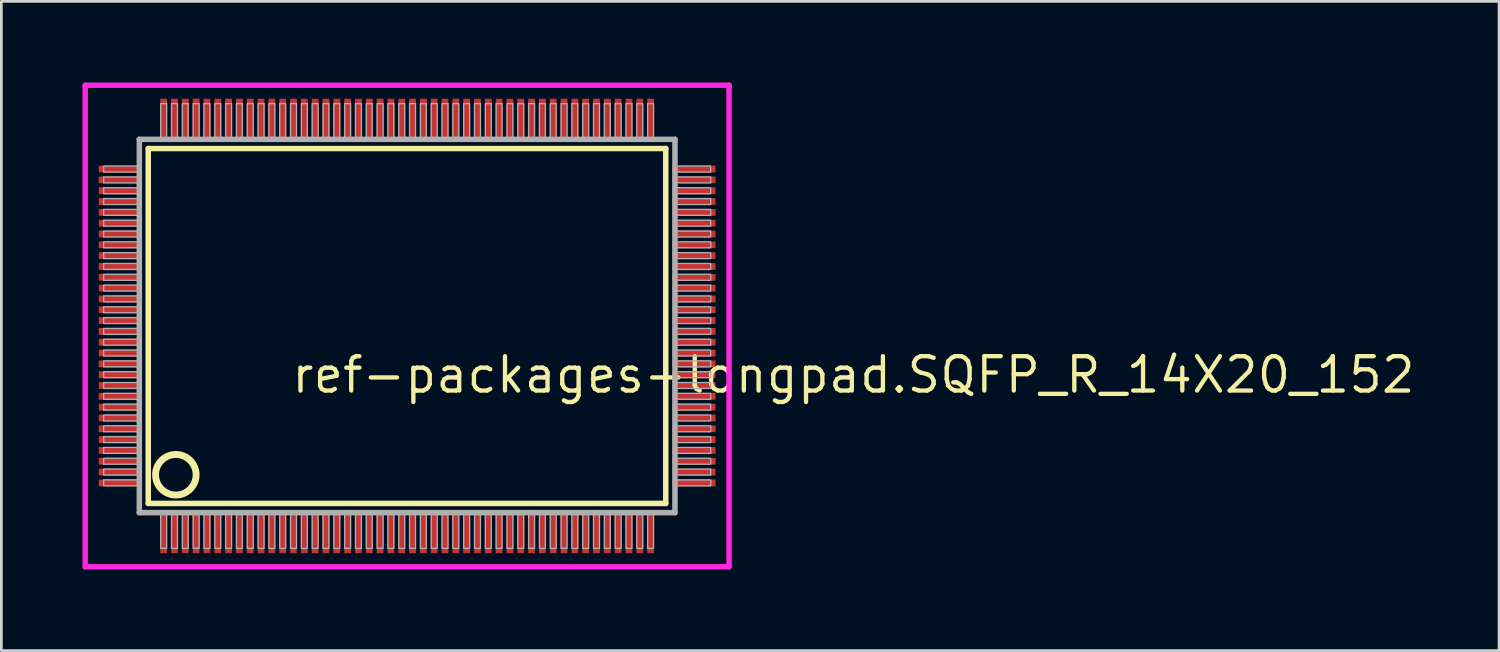
<source format=kicad_pcb>
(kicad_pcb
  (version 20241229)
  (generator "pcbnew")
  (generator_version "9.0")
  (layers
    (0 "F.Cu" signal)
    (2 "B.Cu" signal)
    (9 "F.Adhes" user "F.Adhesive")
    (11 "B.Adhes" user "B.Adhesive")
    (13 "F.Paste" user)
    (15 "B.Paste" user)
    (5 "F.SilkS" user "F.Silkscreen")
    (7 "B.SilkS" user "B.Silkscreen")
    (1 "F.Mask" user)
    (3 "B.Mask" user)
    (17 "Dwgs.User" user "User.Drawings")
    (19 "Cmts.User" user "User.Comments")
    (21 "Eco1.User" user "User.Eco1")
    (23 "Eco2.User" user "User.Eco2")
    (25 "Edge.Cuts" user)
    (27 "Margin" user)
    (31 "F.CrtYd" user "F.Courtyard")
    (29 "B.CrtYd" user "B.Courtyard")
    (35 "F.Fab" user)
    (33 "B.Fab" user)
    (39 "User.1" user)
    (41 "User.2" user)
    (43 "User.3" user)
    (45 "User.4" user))
  (footprint "ref-packages-longpad.SQFP_R_14X20_152"
    (layer "F.Cu")
    (at 12 9)
    (property "Reference" "ref-packages-longpad.SQFP_R_14X20_152" (at -4.35 2.55 0) (layer "F.SilkS") (effects (font (size 1.27 1.27) (thickness 0.16)) (justify left bottom)))
    (attr smd)
    (fp_line (start -9.57 -6.56) (end 9.56 -6.56) (stroke (width 0.203) (type default)) (layer "F.SilkS"))
    (fp_line (start -9.57 6.56) (end -9.57 -6.56) (stroke (width 0.203) (type default)) (layer "F.SilkS"))
    (fp_line (start 9.56 -6.56) (end 9.56 6.56) (stroke (width 0.203) (type default)) (layer "F.SilkS"))
    (fp_line (start 9.56 6.56) (end -9.57 6.56) (stroke (width 0.203) (type default)) (layer "F.SilkS"))
    (fp_circle (center -8.55 5.5) (end -7.8 5.5) (stroke (width 0.254) (type default)) (fill no) (layer "F.SilkS"))
    (fp_line (start -11.9 -8.9) (end 11.9 -8.9) (stroke (width 0.2) (type default)) (layer "F.CrtYd"))
    (fp_line (start -11.9 8.9) (end -11.9 -8.9) (stroke (width 0.2) (type default)) (layer "F.CrtYd"))
    (fp_line (start 11.9 -8.9) (end 11.9 8.9) (stroke (width 0.2) (type default)) (layer "F.CrtYd"))
    (fp_line (start 11.9 8.9) (end -11.9 8.9) (stroke (width 0.2) (type default)) (layer "F.CrtYd"))
    (fp_line (start -9.9 -6.9) (end -9.9 6.9) (stroke (width 0.203) (type default)) (layer "F.Fab"))
    (fp_line (start -9.9 6.9) (end 9.9 6.9) (stroke (width 0.203) (type default)) (layer "F.Fab"))
    (fp_line (start 9.9 -6.9) (end -9.9 -6.9) (stroke (width 0.203) (type default)) (layer "F.Fab"))
    (fp_line (start 9.9 6.9) (end 9.9 -6.9) (stroke (width 0.203) (type default)) (layer "F.Fab"))
    (fp_rect (start -11.22 -5.69) (end -9.95 -5.91) (stroke (width 0.05) (type default)) (fill no) (layer "F.Fab"))
    (fp_rect (start -11.22 -5.29) (end -9.95 -5.51) (stroke (width 0.05) (type default)) (fill no) (layer "F.Fab"))
    (fp_rect (start -11.22 -4.89) (end -9.95 -5.11) (stroke (width 0.05) (type default)) (fill no) (layer "F.Fab"))
    (fp_rect (start -11.22 -4.49) (end -9.95 -4.71) (stroke (width 0.05) (type default)) (fill no) (layer "F.Fab"))
    (fp_rect (start -11.22 -4.09) (end -9.95 -4.31) (stroke (width 0.05) (type default)) (fill no) (layer "F.Fab"))
    (fp_rect (start -11.22 -3.69) (end -9.95 -3.91) (stroke (width 0.05) (type default)) (fill no) (layer "F.Fab"))
    (fp_rect (start -11.22 -3.29) (end -9.95 -3.51) (stroke (width 0.05) (type default)) (fill no) (layer "F.Fab"))
    (fp_rect (start -11.22 -2.89) (end -9.95 -3.11) (stroke (width 0.05) (type default)) (fill no) (layer "F.Fab"))
    (fp_rect (start -11.22 -2.49) (end -9.95 -2.71) (stroke (width 0.05) (type default)) (fill no) (layer "F.Fab"))
    (fp_rect (start -11.22 -2.09) (end -9.95 -2.31) (stroke (width 0.05) (type default)) (fill no) (layer "F.Fab"))
    (fp_rect (start -11.22 -1.69) (end -9.95 -1.91) (stroke (width 0.05) (type default)) (fill no) (layer "F.Fab"))
    (fp_rect (start -11.22 -1.29) (end -9.95 -1.51) (stroke (width 0.05) (type default)) (fill no) (layer "F.Fab"))
    (fp_rect (start -11.22 -0.89) (end -9.95 -1.11) (stroke (width 0.05) (type default)) (fill no) (layer "F.Fab"))
    (fp_rect (start -11.22 -0.49) (end -9.95 -0.71) (stroke (width 0.05) (type default)) (fill no) (layer "F.Fab"))
    (fp_rect (start -11.22 -0.09) (end -9.95 -0.31) (stroke (width 0.05) (type default)) (fill no) (layer "F.Fab"))
    (fp_rect (start -11.22 0.31) (end -9.95 0.09) (stroke (width 0.05) (type default)) (fill no) (layer "F.Fab"))
    (fp_rect (start -11.22 0.71) (end -9.95 0.49) (stroke (width 0.05) (type default)) (fill no) (layer "F.Fab"))
    (fp_rect (start -11.22 1.11) (end -9.95 0.89) (stroke (width 0.05) (type default)) (fill no) (layer "F.Fab"))
    (fp_rect (start -11.22 1.51) (end -9.95 1.29) (stroke (width 0.05) (type default)) (fill no) (layer "F.Fab"))
    (fp_rect (start -11.22 1.91) (end -9.95 1.69) (stroke (width 0.05) (type default)) (fill no) (layer "F.Fab"))
    (fp_rect (start -11.22 2.31) (end -9.95 2.09) (stroke (width 0.05) (type default)) (fill no) (layer "F.Fab"))
    (fp_rect (start -11.22 2.71) (end -9.95 2.49) (stroke (width 0.05) (type default)) (fill no) (layer "F.Fab"))
    (fp_rect (start -11.22 3.11) (end -9.95 2.89) (stroke (width 0.05) (type default)) (fill no) (layer "F.Fab"))
    (fp_rect (start -11.22 3.51) (end -9.95 3.29) (stroke (width 0.05) (type default)) (fill no) (layer "F.Fab"))
    (fp_rect (start -11.22 3.91) (end -9.95 3.69) (stroke (width 0.05) (type default)) (fill no) (layer "F.Fab"))
    (fp_rect (start -11.22 4.31) (end -9.95 4.09) (stroke (width 0.05) (type default)) (fill no) (layer "F.Fab"))
    (fp_rect (start -11.22 4.71) (end -9.95 4.49) (stroke (width 0.05) (type default)) (fill no) (layer "F.Fab"))
    (fp_rect (start -11.22 5.11) (end -9.95 4.89) (stroke (width 0.05) (type default)) (fill no) (layer "F.Fab"))
    (fp_rect (start -11.22 5.51) (end -9.95 5.29) (stroke (width 0.05) (type default)) (fill no) (layer "F.Fab"))
    (fp_rect (start -11.22 5.91) (end -9.95 5.69) (stroke (width 0.05) (type default)) (fill no) (layer "F.Fab"))
    (fp_rect (start -9.11 -6.95) (end -8.89 -8.22) (stroke (width 0.05) (type default)) (fill no) (layer "F.Fab"))
    (fp_rect (start -9.11 8.22) (end -8.89 6.95) (stroke (width 0.05) (type default)) (fill no) (layer "F.Fab"))
    (fp_rect (start -8.71 -6.95) (end -8.49 -8.22) (stroke (width 0.05) (type default)) (fill no) (layer "F.Fab"))
    (fp_rect (start -8.71 8.22) (end -8.49 6.95) (stroke (width 0.05) (type default)) (fill no) (layer "F.Fab"))
    (fp_rect (start -8.31 -6.95) (end -8.09 -8.22) (stroke (width 0.05) (type default)) (fill no) (layer "F.Fab"))
    (fp_rect (start -8.31 8.22) (end -8.09 6.95) (stroke (width 0.05) (type default)) (fill no) (layer "F.Fab"))
    (fp_rect (start -7.91 -6.95) (end -7.69 -8.22) (stroke (width 0.05) (type default)) (fill no) (layer "F.Fab"))
    (fp_rect (start -7.91 8.22) (end -7.69 6.95) (stroke (width 0.05) (type default)) (fill no) (layer "F.Fab"))
    (fp_rect (start -7.51 -6.95) (end -7.29 -8.22) (stroke (width 0.05) (type default)) (fill no) (layer "F.Fab"))
    (fp_rect (start -7.51 8.22) (end -7.29 6.95) (stroke (width 0.05) (type default)) (fill no) (layer "F.Fab"))
    (fp_rect (start -7.11 -6.95) (end -6.89 -8.22) (stroke (width 0.05) (type default)) (fill no) (layer "F.Fab"))
    (fp_rect (start -7.11 8.22) (end -6.89 6.95) (stroke (width 0.05) (type default)) (fill no) (layer "F.Fab"))
    (fp_rect (start -6.71 -6.95) (end -6.49 -8.22) (stroke (width 0.05) (type default)) (fill no) (layer "F.Fab"))
    (fp_rect (start -6.71 8.22) (end -6.49 6.95) (stroke (width 0.05) (type default)) (fill no) (layer "F.Fab"))
    (fp_rect (start -6.31 -6.95) (end -6.09 -8.22) (stroke (width 0.05) (type default)) (fill no) (layer "F.Fab"))
    (fp_rect (start -6.31 8.22) (end -6.09 6.95) (stroke (width 0.05) (type default)) (fill no) (layer "F.Fab"))
    (fp_rect (start -5.91 -6.95) (end -5.69 -8.22) (stroke (width 0.05) (type default)) (fill no) (layer "F.Fab"))
    (fp_rect (start -5.91 8.22) (end -5.69 6.95) (stroke (width 0.05) (type default)) (fill no) (layer "F.Fab"))
    (fp_rect (start -5.51 -6.95) (end -5.29 -8.22) (stroke (width 0.05) (type default)) (fill no) (layer "F.Fab"))
    (fp_rect (start -5.51 8.22) (end -5.29 6.95) (stroke (width 0.05) (type default)) (fill no) (layer "F.Fab"))
    (fp_rect (start -5.11 -6.95) (end -4.89 -8.22) (stroke (width 0.05) (type default)) (fill no) (layer "F.Fab"))
    (fp_rect (start -5.11 8.22) (end -4.89 6.95) (stroke (width 0.05) (type default)) (fill no) (layer "F.Fab"))
    (fp_rect (start -4.71 -6.95) (end -4.49 -8.22) (stroke (width 0.05) (type default)) (fill no) (layer "F.Fab"))
    (fp_rect (start -4.71 8.22) (end -4.49 6.95) (stroke (width 0.05) (type default)) (fill no) (layer "F.Fab"))
    (fp_rect (start -4.31 -6.95) (end -4.09 -8.22) (stroke (width 0.05) (type default)) (fill no) (layer "F.Fab"))
    (fp_rect (start -4.31 8.22) (end -4.09 6.95) (stroke (width 0.05) (type default)) (fill no) (layer "F.Fab"))
    (fp_rect (start -3.91 -6.95) (end -3.69 -8.22) (stroke (width 0.05) (type default)) (fill no) (layer "F.Fab"))
    (fp_rect (start -3.91 8.22) (end -3.69 6.95) (stroke (width 0.05) (type default)) (fill no) (layer "F.Fab"))
    (fp_rect (start -3.51 -6.95) (end -3.29 -8.22) (stroke (width 0.05) (type default)) (fill no) (layer "F.Fab"))
    (fp_rect (start -3.51 8.22) (end -3.29 6.95) (stroke (width 0.05) (type default)) (fill no) (layer "F.Fab"))
    (fp_rect (start -3.11 -6.95) (end -2.89 -8.22) (stroke (width 0.05) (type default)) (fill no) (layer "F.Fab"))
    (fp_rect (start -3.11 8.22) (end -2.89 6.95) (stroke (width 0.05) (type default)) (fill no) (layer "F.Fab"))
    (fp_rect (start -2.71 -6.95) (end -2.49 -8.22) (stroke (width 0.05) (type default)) (fill no) (layer "F.Fab"))
    (fp_rect (start -2.71 8.22) (end -2.49 6.95) (stroke (width 0.05) (type default)) (fill no) (layer "F.Fab"))
    (fp_rect (start -2.31 -6.95) (end -2.09 -8.22) (stroke (width 0.05) (type default)) (fill no) (layer "F.Fab"))
    (fp_rect (start -2.31 8.22) (end -2.09 6.95) (stroke (width 0.05) (type default)) (fill no) (layer "F.Fab"))
    (fp_rect (start -1.91 -6.95) (end -1.69 -8.22) (stroke (width 0.05) (type default)) (fill no) (layer "F.Fab"))
    (fp_rect (start -1.91 8.22) (end -1.69 6.95) (stroke (width 0.05) (type default)) (fill no) (layer "F.Fab"))
    (fp_rect (start -1.51 -6.95) (end -1.29 -8.22) (stroke (width 0.05) (type default)) (fill no) (layer "F.Fab"))
    (fp_rect (start -1.51 8.22) (end -1.29 6.95) (stroke (width 0.05) (type default)) (fill no) (layer "F.Fab"))
    (fp_rect (start -1.11 -6.95) (end -0.89 -8.22) (stroke (width 0.05) (type default)) (fill no) (layer "F.Fab"))
    (fp_rect (start -1.11 8.22) (end -0.89 6.95) (stroke (width 0.05) (type default)) (fill no) (layer "F.Fab"))
    (fp_rect (start -0.71 -6.95) (end -0.49 -8.22) (stroke (width 0.05) (type default)) (fill no) (layer "F.Fab"))
    (fp_rect (start -0.71 8.22) (end -0.49 6.95) (stroke (width 0.05) (type default)) (fill no) (layer "F.Fab"))
    (fp_rect (start -0.31 -6.95) (end -0.09 -8.22) (stroke (width 0.05) (type default)) (fill no) (layer "F.Fab"))
    (fp_rect (start -0.31 8.22) (end -0.09 6.95) (stroke (width 0.05) (type default)) (fill no) (layer "F.Fab"))
    (fp_rect (start 0.09 -6.95) (end 0.31 -8.22) (stroke (width 0.05) (type default)) (fill no) (layer "F.Fab"))
    (fp_rect (start 0.09 8.22) (end 0.31 6.95) (stroke (width 0.05) (type default)) (fill no) (layer "F.Fab"))
    (fp_rect (start 0.49 -6.95) (end 0.71 -8.22) (stroke (width 0.05) (type default)) (fill no) (layer "F.Fab"))
    (fp_rect (start 0.49 8.22) (end 0.71 6.95) (stroke (width 0.05) (type default)) (fill no) (layer "F.Fab"))
    (fp_rect (start 0.89 -6.95) (end 1.11 -8.22) (stroke (width 0.05) (type default)) (fill no) (layer "F.Fab"))
    (fp_rect (start 0.89 8.22) (end 1.11 6.95) (stroke (width 0.05) (type default)) (fill no) (layer "F.Fab"))
    (fp_rect (start 1.29 -6.95) (end 1.51 -8.22) (stroke (width 0.05) (type default)) (fill no) (layer "F.Fab"))
    (fp_rect (start 1.29 8.22) (end 1.51 6.95) (stroke (width 0.05) (type default)) (fill no) (layer "F.Fab"))
    (fp_rect (start 1.69 -6.95) (end 1.91 -8.22) (stroke (width 0.05) (type default)) (fill no) (layer "F.Fab"))
    (fp_rect (start 1.69 8.22) (end 1.91 6.95) (stroke (width 0.05) (type default)) (fill no) (layer "F.Fab"))
    (fp_rect (start 2.09 -6.95) (end 2.31 -8.22) (stroke (width 0.05) (type default)) (fill no) (layer "F.Fab"))
    (fp_rect (start 2.09 8.22) (end 2.31 6.95) (stroke (width 0.05) (type default)) (fill no) (layer "F.Fab"))
    (fp_rect (start 2.49 -6.95) (end 2.71 -8.22) (stroke (width 0.05) (type default)) (fill no) (layer "F.Fab"))
    (fp_rect (start 2.49 8.22) (end 2.71 6.95) (stroke (width 0.05) (type default)) (fill no) (layer "F.Fab"))
    (fp_rect (start 2.89 -6.95) (end 3.11 -8.22) (stroke (width 0.05) (type default)) (fill no) (layer "F.Fab"))
    (fp_rect (start 2.89 8.22) (end 3.11 6.95) (stroke (width 0.05) (type default)) (fill no) (layer "F.Fab"))
    (fp_rect (start 3.29 -6.95) (end 3.51 -8.22) (stroke (width 0.05) (type default)) (fill no) (layer "F.Fab"))
    (fp_rect (start 3.29 8.22) (end 3.51 6.95) (stroke (width 0.05) (type default)) (fill no) (layer "F.Fab"))
    (fp_rect (start 3.69 -6.95) (end 3.91 -8.22) (stroke (width 0.05) (type default)) (fill no) (layer "F.Fab"))
    (fp_rect (start 3.69 8.22) (end 3.91 6.95) (stroke (width 0.05) (type default)) (fill no) (layer "F.Fab"))
    (fp_rect (start 4.09 -6.95) (end 4.31 -8.22) (stroke (width 0.05) (type default)) (fill no) (layer "F.Fab"))
    (fp_rect (start 4.09 8.22) (end 4.31 6.95) (stroke (width 0.05) (type default)) (fill no) (layer "F.Fab"))
    (fp_rect (start 4.49 -6.95) (end 4.71 -8.22) (stroke (width 0.05) (type default)) (fill no) (layer "F.Fab"))
    (fp_rect (start 4.49 8.22) (end 4.71 6.95) (stroke (width 0.05) (type default)) (fill no) (layer "F.Fab"))
    (fp_rect (start 4.89 -6.95) (end 5.11 -8.22) (stroke (width 0.05) (type default)) (fill no) (layer "F.Fab"))
    (fp_rect (start 4.89 8.22) (end 5.11 6.95) (stroke (width 0.05) (type default)) (fill no) (layer "F.Fab"))
    (fp_rect (start 5.29 -6.95) (end 5.51 -8.22) (stroke (width 0.05) (type default)) (fill no) (layer "F.Fab"))
    (fp_rect (start 5.29 8.22) (end 5.51 6.95) (stroke (width 0.05) (type default)) (fill no) (layer "F.Fab"))
    (fp_rect (start 5.69 -6.95) (end 5.91 -8.22) (stroke (width 0.05) (type default)) (fill no) (layer "F.Fab"))
    (fp_rect (start 5.69 8.22) (end 5.91 6.95) (stroke (width 0.05) (type default)) (fill no) (layer "F.Fab"))
    (fp_rect (start 6.09 -6.95) (end 6.31 -8.22) (stroke (width 0.05) (type default)) (fill no) (layer "F.Fab"))
    (fp_rect (start 6.09 8.22) (end 6.31 6.95) (stroke (width 0.05) (type default)) (fill no) (layer "F.Fab"))
    (fp_rect (start 6.49 -6.95) (end 6.71 -8.22) (stroke (width 0.05) (type default)) (fill no) (layer "F.Fab"))
    (fp_rect (start 6.49 8.22) (end 6.71 6.95) (stroke (width 0.05) (type default)) (fill no) (layer "F.Fab"))
    (fp_rect (start 6.89 -6.95) (end 7.11 -8.22) (stroke (width 0.05) (type default)) (fill no) (layer "F.Fab"))
    (fp_rect (start 6.89 8.22) (end 7.11 6.95) (stroke (width 0.05) (type default)) (fill no) (layer "F.Fab"))
    (fp_rect (start 7.29 -6.95) (end 7.51 -8.22) (stroke (width 0.05) (type default)) (fill no) (layer "F.Fab"))
    (fp_rect (start 7.29 8.22) (end 7.51 6.95) (stroke (width 0.05) (type default)) (fill no) (layer "F.Fab"))
    (fp_rect (start 7.69 -6.95) (end 7.91 -8.22) (stroke (width 0.05) (type default)) (fill no) (layer "F.Fab"))
    (fp_rect (start 7.69 8.22) (end 7.91 6.95) (stroke (width 0.05) (type default)) (fill no) (layer "F.Fab"))
    (fp_rect (start 8.09 -6.95) (end 8.31 -8.22) (stroke (width 0.05) (type default)) (fill no) (layer "F.Fab"))
    (fp_rect (start 8.09 8.22) (end 8.31 6.95) (stroke (width 0.05) (type default)) (fill no) (layer "F.Fab"))
    (fp_rect (start 8.49 -6.95) (end 8.71 -8.22) (stroke (width 0.05) (type default)) (fill no) (layer "F.Fab"))
    (fp_rect (start 8.49 8.22) (end 8.71 6.95) (stroke (width 0.05) (type default)) (fill no) (layer "F.Fab"))
    (fp_rect (start 8.89 -6.95) (end 9.11 -8.22) (stroke (width 0.05) (type default)) (fill no) (layer "F.Fab"))
    (fp_rect (start 8.89 8.22) (end 9.11 6.95) (stroke (width 0.05) (type default)) (fill no) (layer "F.Fab"))
    (fp_rect (start 9.95 -5.69) (end 11.22 -5.91) (stroke (width 0.05) (type default)) (fill no) (layer "F.Fab"))
    (fp_rect (start 9.95 -5.29) (end 11.22 -5.51) (stroke (width 0.05) (type default)) (fill no) (layer "F.Fab"))
    (fp_rect (start 9.95 -4.89) (end 11.22 -5.11) (stroke (width 0.05) (type default)) (fill no) (layer "F.Fab"))
    (fp_rect (start 9.95 -4.49) (end 11.22 -4.71) (stroke (width 0.05) (type default)) (fill no) (layer "F.Fab"))
    (fp_rect (start 9.95 -4.09) (end 11.22 -4.31) (stroke (width 0.05) (type default)) (fill no) (layer "F.Fab"))
    (fp_rect (start 9.95 -3.69) (end 11.22 -3.91) (stroke (width 0.05) (type default)) (fill no) (layer "F.Fab"))
    (fp_rect (start 9.95 -3.29) (end 11.22 -3.51) (stroke (width 0.05) (type default)) (fill no) (layer "F.Fab"))
    (fp_rect (start 9.95 -2.89) (end 11.22 -3.11) (stroke (width 0.05) (type default)) (fill no) (layer "F.Fab"))
    (fp_rect (start 9.95 -2.49) (end 11.22 -2.71) (stroke (width 0.05) (type default)) (fill no) (layer "F.Fab"))
    (fp_rect (start 9.95 -2.09) (end 11.22 -2.31) (stroke (width 0.05) (type default)) (fill no) (layer "F.Fab"))
    (fp_rect (start 9.95 -1.69) (end 11.22 -1.91) (stroke (width 0.05) (type default)) (fill no) (layer "F.Fab"))
    (fp_rect (start 9.95 -1.29) (end 11.22 -1.51) (stroke (width 0.05) (type default)) (fill no) (layer "F.Fab"))
    (fp_rect (start 9.95 -0.89) (end 11.22 -1.11) (stroke (width 0.05) (type default)) (fill no) (layer "F.Fab"))
    (fp_rect (start 9.95 -0.49) (end 11.22 -0.71) (stroke (width 0.05) (type default)) (fill no) (layer "F.Fab"))
    (fp_rect (start 9.95 -0.09) (end 11.22 -0.31) (stroke (width 0.05) (type default)) (fill no) (layer "F.Fab"))
    (fp_rect (start 9.95 0.31) (end 11.22 0.09) (stroke (width 0.05) (type default)) (fill no) (layer "F.Fab"))
    (fp_rect (start 9.95 0.71) (end 11.22 0.49) (stroke (width 0.05) (type default)) (fill no) (layer "F.Fab"))
    (fp_rect (start 9.95 1.11) (end 11.22 0.89) (stroke (width 0.05) (type default)) (fill no) (layer "F.Fab"))
    (fp_rect (start 9.95 1.51) (end 11.22 1.29) (stroke (width 0.05) (type default)) (fill no) (layer "F.Fab"))
    (fp_rect (start 9.95 1.91) (end 11.22 1.69) (stroke (width 0.05) (type default)) (fill no) (layer "F.Fab"))
    (fp_rect (start 9.95 2.31) (end 11.22 2.09) (stroke (width 0.05) (type default)) (fill no) (layer "F.Fab"))
    (fp_rect (start 9.95 2.71) (end 11.22 2.49) (stroke (width 0.05) (type default)) (fill no) (layer "F.Fab"))
    (fp_rect (start 9.95 3.11) (end 11.22 2.89) (stroke (width 0.05) (type default)) (fill no) (layer "F.Fab"))
    (fp_rect (start 9.95 3.51) (end 11.22 3.29) (stroke (width 0.05) (type default)) (fill no) (layer "F.Fab"))
    (fp_rect (start 9.95 3.91) (end 11.22 3.69) (stroke (width 0.05) (type default)) (fill no) (layer "F.Fab"))
    (fp_rect (start 9.95 4.31) (end 11.22 4.09) (stroke (width 0.05) (type default)) (fill no) (layer "F.Fab"))
    (fp_rect (start 9.95 4.71) (end 11.22 4.49) (stroke (width 0.05) (type default)) (fill no) (layer "F.Fab"))
    (fp_rect (start 9.95 5.11) (end 11.22 4.89) (stroke (width 0.05) (type default)) (fill no) (layer "F.Fab"))
    (fp_rect (start 9.95 5.51) (end 11.22 5.29) (stroke (width 0.05) (type default)) (fill no) (layer "F.Fab"))
    (fp_rect (start 9.95 5.91) (end 11.22 5.69) (stroke (width 0.05) (type default)) (fill no) (layer "F.Fab"))
    (pad "1" smd roundrect (at -9 7.6) (size 0.25 1.6) (layers "F.Cu" "F.Mask" "F.Paste") (roundrect_rratio 0.01))
    (pad "2" smd roundrect (at -8.6 7.6) (size 0.25 1.6) (layers "F.Cu" "F.Mask" "F.Paste") (roundrect_rratio 0.01))
    (pad "3" smd roundrect (at -8.2 7.6) (size 0.25 1.6) (layers "F.Cu" "F.Mask" "F.Paste") (roundrect_rratio 0.01))
    (pad "4" smd roundrect (at -7.8 7.6) (size 0.25 1.6) (layers "F.Cu" "F.Mask" "F.Paste") (roundrect_rratio 0.01))
    (pad "5" smd roundrect (at -7.4 7.6) (size 0.25 1.6) (layers "F.Cu" "F.Mask" "F.Paste") (roundrect_rratio 0.01))
    (pad "6" smd roundrect (at -7 7.6) (size 0.25 1.6) (layers "F.Cu" "F.Mask" "F.Paste") (roundrect_rratio 0.01))
    (pad "7" smd roundrect (at -6.6 7.6) (size 0.25 1.6) (layers "F.Cu" "F.Mask" "F.Paste") (roundrect_rratio 0.01))
    (pad "8" smd roundrect (at -6.2 7.6) (size 0.25 1.6) (layers "F.Cu" "F.Mask" "F.Paste") (roundrect_rratio 0.01))
    (pad "9" smd roundrect (at -5.8 7.6) (size 0.25 1.6) (layers "F.Cu" "F.Mask" "F.Paste") (roundrect_rratio 0.01))
    (pad "10" smd roundrect (at -5.4 7.6) (size 0.25 1.6) (layers "F.Cu" "F.Mask" "F.Paste") (roundrect_rratio 0.01))
    (pad "11" smd roundrect (at -5 7.6) (size 0.25 1.6) (layers "F.Cu" "F.Mask" "F.Paste") (roundrect_rratio 0.01))
    (pad "12" smd roundrect (at -4.6 7.6) (size 0.25 1.6) (layers "F.Cu" "F.Mask" "F.Paste") (roundrect_rratio 0.01))
    (pad "13" smd roundrect (at -4.2 7.6) (size 0.25 1.6) (layers "F.Cu" "F.Mask" "F.Paste") (roundrect_rratio 0.01))
    (pad "14" smd roundrect (at -3.8 7.6) (size 0.25 1.6) (layers "F.Cu" "F.Mask" "F.Paste") (roundrect_rratio 0.01))
    (pad "15" smd roundrect (at -3.4 7.6) (size 0.25 1.6) (layers "F.Cu" "F.Mask" "F.Paste") (roundrect_rratio 0.01))
    (pad "16" smd roundrect (at -3 7.6) (size 0.25 1.6) (layers "F.Cu" "F.Mask" "F.Paste") (roundrect_rratio 0.01))
    (pad "17" smd roundrect (at -2.6 7.6) (size 0.25 1.6) (layers "F.Cu" "F.Mask" "F.Paste") (roundrect_rratio 0.01))
    (pad "18" smd roundrect (at -2.2 7.6) (size 0.25 1.6) (layers "F.Cu" "F.Mask" "F.Paste") (roundrect_rratio 0.01))
    (pad "19" smd roundrect (at -1.8 7.6) (size 0.25 1.6) (layers "F.Cu" "F.Mask" "F.Paste") (roundrect_rratio 0.01))
    (pad "20" smd roundrect (at -1.4 7.6) (size 0.25 1.6) (layers "F.Cu" "F.Mask" "F.Paste") (roundrect_rratio 0.01))
    (pad "21" smd roundrect (at -1 7.6) (size 0.25 1.6) (layers "F.Cu" "F.Mask" "F.Paste") (roundrect_rratio 0.01))
    (pad "22" smd roundrect (at -0.6 7.6) (size 0.25 1.6) (layers "F.Cu" "F.Mask" "F.Paste") (roundrect_rratio 0.01))
    (pad "23" smd roundrect (at -0.2 7.6) (size 0.25 1.6) (layers "F.Cu" "F.Mask" "F.Paste") (roundrect_rratio 0.01))
    (pad "24" smd roundrect (at 0.2 7.6) (size 0.25 1.6) (layers "F.Cu" "F.Mask" "F.Paste") (roundrect_rratio 0.01))
    (pad "25" smd roundrect (at 0.6 7.6) (size 0.25 1.6) (layers "F.Cu" "F.Mask" "F.Paste") (roundrect_rratio 0.01))
    (pad "26" smd roundrect (at 1 7.6) (size 0.25 1.6) (layers "F.Cu" "F.Mask" "F.Paste") (roundrect_rratio 0.01))
    (pad "27" smd roundrect (at 1.4 7.6) (size 0.25 1.6) (layers "F.Cu" "F.Mask" "F.Paste") (roundrect_rratio 0.01))
    (pad "28" smd roundrect (at 1.8 7.6) (size 0.25 1.6) (layers "F.Cu" "F.Mask" "F.Paste") (roundrect_rratio 0.01))
    (pad "29" smd roundrect (at 2.2 7.6) (size 0.25 1.6) (layers "F.Cu" "F.Mask" "F.Paste") (roundrect_rratio 0.01))
    (pad "30" smd roundrect (at 2.6 7.6) (size 0.25 1.6) (layers "F.Cu" "F.Mask" "F.Paste") (roundrect_rratio 0.01))
    (pad "31" smd roundrect (at 3 7.6) (size 0.25 1.6) (layers "F.Cu" "F.Mask" "F.Paste") (roundrect_rratio 0.01))
    (pad "32" smd roundrect (at 3.4 7.6) (size 0.25 1.6) (layers "F.Cu" "F.Mask" "F.Paste") (roundrect_rratio 0.01))
    (pad "33" smd roundrect (at 3.8 7.6) (size 0.25 1.6) (layers "F.Cu" "F.Mask" "F.Paste") (roundrect_rratio 0.01))
    (pad "34" smd roundrect (at 4.2 7.6) (size 0.25 1.6) (layers "F.Cu" "F.Mask" "F.Paste") (roundrect_rratio 0.01))
    (pad "35" smd roundrect (at 4.6 7.6) (size 0.25 1.6) (layers "F.Cu" "F.Mask" "F.Paste") (roundrect_rratio 0.01))
    (pad "36" smd roundrect (at 5 7.6) (size 0.25 1.6) (layers "F.Cu" "F.Mask" "F.Paste") (roundrect_rratio 0.01))
    (pad "37" smd roundrect (at 5.4 7.6) (size 0.25 1.6) (layers "F.Cu" "F.Mask" "F.Paste") (roundrect_rratio 0.01))
    (pad "38" smd roundrect (at 5.8 7.6) (size 0.25 1.6) (layers "F.Cu" "F.Mask" "F.Paste") (roundrect_rratio 0.01))
    (pad "39" smd roundrect (at 6.2 7.6) (size 0.25 1.6) (layers "F.Cu" "F.Mask" "F.Paste") (roundrect_rratio 0.01))
    (pad "40" smd roundrect (at 6.6 7.6) (size 0.25 1.6) (layers "F.Cu" "F.Mask" "F.Paste") (roundrect_rratio 0.01))
    (pad "41" smd roundrect (at 7 7.6) (size 0.25 1.6) (layers "F.Cu" "F.Mask" "F.Paste") (roundrect_rratio 0.01))
    (pad "42" smd roundrect (at 7.4 7.6) (size 0.25 1.6) (layers "F.Cu" "F.Mask" "F.Paste") (roundrect_rratio 0.01))
    (pad "43" smd roundrect (at 7.8 7.6) (size 0.25 1.6) (layers "F.Cu" "F.Mask" "F.Paste") (roundrect_rratio 0.01))
    (pad "44" smd roundrect (at 8.2 7.6) (size 0.25 1.6) (layers "F.Cu" "F.Mask" "F.Paste") (roundrect_rratio 0.01))
    (pad "45" smd roundrect (at 8.6 7.6) (size 0.25 1.6) (layers "F.Cu" "F.Mask" "F.Paste") (roundrect_rratio 0.01))
    (pad "46" smd roundrect (at 9 7.6) (size 0.25 1.6) (layers "F.Cu" "F.Mask" "F.Paste") (roundrect_rratio 0.01))
    (pad "47" smd roundrect (at 10.6 5.8) (size 1.6 0.25) (layers "F.Cu" "F.Mask" "F.Paste") (roundrect_rratio 0.01))
    (pad "48" smd roundrect (at 10.6 5.4) (size 1.6 0.25) (layers "F.Cu" "F.Mask" "F.Paste") (roundrect_rratio 0.01))
    (pad "49" smd roundrect (at 10.6 5) (size 1.6 0.25) (layers "F.Cu" "F.Mask" "F.Paste") (roundrect_rratio 0.01))
    (pad "50" smd roundrect (at 10.6 4.6) (size 1.6 0.25) (layers "F.Cu" "F.Mask" "F.Paste") (roundrect_rratio 0.01))
    (pad "51" smd roundrect (at 10.6 4.2) (size 1.6 0.25) (layers "F.Cu" "F.Mask" "F.Paste") (roundrect_rratio 0.01))
    (pad "52" smd roundrect (at 10.6 3.8) (size 1.6 0.25) (layers "F.Cu" "F.Mask" "F.Paste") (roundrect_rratio 0.01))
    (pad "53" smd roundrect (at 10.6 3.4) (size 1.6 0.25) (layers "F.Cu" "F.Mask" "F.Paste") (roundrect_rratio 0.01))
    (pad "54" smd roundrect (at 10.6 3) (size 1.6 0.25) (layers "F.Cu" "F.Mask" "F.Paste") (roundrect_rratio 0.01))
    (pad "55" smd roundrect (at 10.6 2.6) (size 1.6 0.25) (layers "F.Cu" "F.Mask" "F.Paste") (roundrect_rratio 0.01))
    (pad "56" smd roundrect (at 10.6 2.2) (size 1.6 0.25) (layers "F.Cu" "F.Mask" "F.Paste") (roundrect_rratio 0.01))
    (pad "57" smd roundrect (at 10.6 1.8) (size 1.6 0.25) (layers "F.Cu" "F.Mask" "F.Paste") (roundrect_rratio 0.01))
    (pad "58" smd roundrect (at 10.6 1.4) (size 1.6 0.25) (layers "F.Cu" "F.Mask" "F.Paste") (roundrect_rratio 0.01))
    (pad "59" smd roundrect (at 10.6 1) (size 1.6 0.25) (layers "F.Cu" "F.Mask" "F.Paste") (roundrect_rratio 0.01))
    (pad "60" smd roundrect (at 10.6 0.6) (size 1.6 0.25) (layers "F.Cu" "F.Mask" "F.Paste") (roundrect_rratio 0.01))
    (pad "61" smd roundrect (at 10.6 0.2) (size 1.6 0.25) (layers "F.Cu" "F.Mask" "F.Paste") (roundrect_rratio 0.01))
    (pad "62" smd roundrect (at 10.6 -0.2) (size 1.6 0.25) (layers "F.Cu" "F.Mask" "F.Paste") (roundrect_rratio 0.01))
    (pad "63" smd roundrect (at 10.6 -0.6) (size 1.6 0.25) (layers "F.Cu" "F.Mask" "F.Paste") (roundrect_rratio 0.01))
    (pad "64" smd roundrect (at 10.6 -1) (size 1.6 0.25) (layers "F.Cu" "F.Mask" "F.Paste") (roundrect_rratio 0.01))
    (pad "65" smd roundrect (at 10.6 -1.4) (size 1.6 0.25) (layers "F.Cu" "F.Mask" "F.Paste") (roundrect_rratio 0.01))
    (pad "66" smd roundrect (at 10.6 -1.8) (size 1.6 0.25) (layers "F.Cu" "F.Mask" "F.Paste") (roundrect_rratio 0.01))
    (pad "67" smd roundrect (at 10.6 -2.2) (size 1.6 0.25) (layers "F.Cu" "F.Mask" "F.Paste") (roundrect_rratio 0.01))
    (pad "68" smd roundrect (at 10.6 -2.6) (size 1.6 0.25) (layers "F.Cu" "F.Mask" "F.Paste") (roundrect_rratio 0.01))
    (pad "69" smd roundrect (at 10.6 -3) (size 1.6 0.25) (layers "F.Cu" "F.Mask" "F.Paste") (roundrect_rratio 0.01))
    (pad "70" smd roundrect (at 10.6 -3.4) (size 1.6 0.25) (layers "F.Cu" "F.Mask" "F.Paste") (roundrect_rratio 0.01))
    (pad "71" smd roundrect (at 10.6 -3.8) (size 1.6 0.25) (layers "F.Cu" "F.Mask" "F.Paste") (roundrect_rratio 0.01))
    (pad "72" smd roundrect (at 10.6 -4.2) (size 1.6 0.25) (layers "F.Cu" "F.Mask" "F.Paste") (roundrect_rratio 0.01))
    (pad "73" smd roundrect (at 10.6 -4.6) (size 1.6 0.25) (layers "F.Cu" "F.Mask" "F.Paste") (roundrect_rratio 0.01))
    (pad "74" smd roundrect (at 10.6 -5) (size 1.6 0.25) (layers "F.Cu" "F.Mask" "F.Paste") (roundrect_rratio 0.01))
    (pad "75" smd roundrect (at 10.6 -5.4) (size 1.6 0.25) (layers "F.Cu" "F.Mask" "F.Paste") (roundrect_rratio 0.01))
    (pad "76" smd roundrect (at 10.6 -5.8) (size 1.6 0.25) (layers "F.Cu" "F.Mask" "F.Paste") (roundrect_rratio 0.01))
    (pad "77" smd roundrect (at 9 -7.6) (size 0.25 1.6) (layers "F.Cu" "F.Mask" "F.Paste") (roundrect_rratio 0.01))
    (pad "78" smd roundrect (at 8.6 -7.6) (size 0.25 1.6) (layers "F.Cu" "F.Mask" "F.Paste") (roundrect_rratio 0.01))
    (pad "79" smd roundrect (at 8.2 -7.6) (size 0.25 1.6) (layers "F.Cu" "F.Mask" "F.Paste") (roundrect_rratio 0.01))
    (pad "80" smd roundrect (at 7.8 -7.6) (size 0.25 1.6) (layers "F.Cu" "F.Mask" "F.Paste") (roundrect_rratio 0.01))
    (pad "81" smd roundrect (at 7.4 -7.6) (size 0.25 1.6) (layers "F.Cu" "F.Mask" "F.Paste") (roundrect_rratio 0.01))
    (pad "82" smd roundrect (at 7 -7.6) (size 0.25 1.6) (layers "F.Cu" "F.Mask" "F.Paste") (roundrect_rratio 0.01))
    (pad "83" smd roundrect (at 6.6 -7.6) (size 0.25 1.6) (layers "F.Cu" "F.Mask" "F.Paste") (roundrect_rratio 0.01))
    (pad "84" smd roundrect (at 6.2 -7.6) (size 0.25 1.6) (layers "F.Cu" "F.Mask" "F.Paste") (roundrect_rratio 0.01))
    (pad "85" smd roundrect (at 5.8 -7.6) (size 0.25 1.6) (layers "F.Cu" "F.Mask" "F.Paste") (roundrect_rratio 0.01))
    (pad "86" smd roundrect (at 5.4 -7.6) (size 0.25 1.6) (layers "F.Cu" "F.Mask" "F.Paste") (roundrect_rratio 0.01))
    (pad "87" smd roundrect (at 5 -7.6) (size 0.25 1.6) (layers "F.Cu" "F.Mask" "F.Paste") (roundrect_rratio 0.01))
    (pad "88" smd roundrect (at 4.6 -7.6) (size 0.25 1.6) (layers "F.Cu" "F.Mask" "F.Paste") (roundrect_rratio 0.01))
    (pad "89" smd roundrect (at 4.2 -7.6) (size 0.25 1.6) (layers "F.Cu" "F.Mask" "F.Paste") (roundrect_rratio 0.01))
    (pad "90" smd roundrect (at 3.8 -7.6) (size 0.25 1.6) (layers "F.Cu" "F.Mask" "F.Paste") (roundrect_rratio 0.01))
    (pad "91" smd roundrect (at 3.4 -7.6) (size 0.25 1.6) (layers "F.Cu" "F.Mask" "F.Paste") (roundrect_rratio 0.01))
    (pad "92" smd roundrect (at 3 -7.6) (size 0.25 1.6) (layers "F.Cu" "F.Mask" "F.Paste") (roundrect_rratio 0.01))
    (pad "93" smd roundrect (at 2.6 -7.6) (size 0.25 1.6) (layers "F.Cu" "F.Mask" "F.Paste") (roundrect_rratio 0.01))
    (pad "94" smd roundrect (at 2.2 -7.6) (size 0.25 1.6) (layers "F.Cu" "F.Mask" "F.Paste") (roundrect_rratio 0.01))
    (pad "95" smd roundrect (at 1.8 -7.6) (size 0.25 1.6) (layers "F.Cu" "F.Mask" "F.Paste") (roundrect_rratio 0.01))
    (pad "96" smd roundrect (at 1.4 -7.6) (size 0.25 1.6) (layers "F.Cu" "F.Mask" "F.Paste") (roundrect_rratio 0.01))
    (pad "97" smd roundrect (at 1 -7.6) (size 0.25 1.6) (layers "F.Cu" "F.Mask" "F.Paste") (roundrect_rratio 0.01))
    (pad "98" smd roundrect (at 0.6 -7.6) (size 0.25 1.6) (layers "F.Cu" "F.Mask" "F.Paste") (roundrect_rratio 0.01))
    (pad "99" smd roundrect (at 0.2 -7.6) (size 0.25 1.6) (layers "F.Cu" "F.Mask" "F.Paste") (roundrect_rratio 0.01))
    (pad "100" smd roundrect (at -0.2 -7.6) (size 0.25 1.6) (layers "F.Cu" "F.Mask" "F.Paste") (roundrect_rratio 0.01))
    (pad "101" smd roundrect (at -0.6 -7.6) (size 0.25 1.6) (layers "F.Cu" "F.Mask" "F.Paste") (roundrect_rratio 0.01))
    (pad "102" smd roundrect (at -1 -7.6) (size 0.25 1.6) (layers "F.Cu" "F.Mask" "F.Paste") (roundrect_rratio 0.01))
    (pad "103" smd roundrect (at -1.4 -7.6) (size 0.25 1.6) (layers "F.Cu" "F.Mask" "F.Paste") (roundrect_rratio 0.01))
    (pad "104" smd roundrect (at -1.8 -7.6) (size 0.25 1.6) (layers "F.Cu" "F.Mask" "F.Paste") (roundrect_rratio 0.01))
    (pad "105" smd roundrect (at -2.2 -7.6) (size 0.25 1.6) (layers "F.Cu" "F.Mask" "F.Paste") (roundrect_rratio 0.01))
    (pad "106" smd roundrect (at -2.6 -7.6) (size 0.25 1.6) (layers "F.Cu" "F.Mask" "F.Paste") (roundrect_rratio 0.01))
    (pad "107" smd roundrect (at -3 -7.6) (size 0.25 1.6) (layers "F.Cu" "F.Mask" "F.Paste") (roundrect_rratio 0.01))
    (pad "108" smd roundrect (at -3.4 -7.6) (size 0.25 1.6) (layers "F.Cu" "F.Mask" "F.Paste") (roundrect_rratio 0.01))
    (pad "109" smd roundrect (at -3.8 -7.6) (size 0.25 1.6) (layers "F.Cu" "F.Mask" "F.Paste") (roundrect_rratio 0.01))
    (pad "110" smd roundrect (at -4.2 -7.6) (size 0.25 1.6) (layers "F.Cu" "F.Mask" "F.Paste") (roundrect_rratio 0.01))
    (pad "111" smd roundrect (at -4.6 -7.6) (size 0.25 1.6) (layers "F.Cu" "F.Mask" "F.Paste") (roundrect_rratio 0.01))
    (pad "112" smd roundrect (at -5 -7.6) (size 0.25 1.6) (layers "F.Cu" "F.Mask" "F.Paste") (roundrect_rratio 0.01))
    (pad "113" smd roundrect (at -5.4 -7.6) (size 0.25 1.6) (layers "F.Cu" "F.Mask" "F.Paste") (roundrect_rratio 0.01))
    (pad "114" smd roundrect (at -5.8 -7.6) (size 0.25 1.6) (layers "F.Cu" "F.Mask" "F.Paste") (roundrect_rratio 0.01))
    (pad "115" smd roundrect (at -6.2 -7.6) (size 0.25 1.6) (layers "F.Cu" "F.Mask" "F.Paste") (roundrect_rratio 0.01))
    (pad "116" smd roundrect (at -6.6 -7.6) (size 0.25 1.6) (layers "F.Cu" "F.Mask" "F.Paste") (roundrect_rratio 0.01))
    (pad "117" smd roundrect (at -7 -7.6) (size 0.25 1.6) (layers "F.Cu" "F.Mask" "F.Paste") (roundrect_rratio 0.01))
    (pad "118" smd roundrect (at -7.4 -7.6) (size 0.25 1.6) (layers "F.Cu" "F.Mask" "F.Paste") (roundrect_rratio 0.01))
    (pad "119" smd roundrect (at -7.8 -7.6) (size 0.25 1.6) (layers "F.Cu" "F.Mask" "F.Paste") (roundrect_rratio 0.01))
    (pad "120" smd roundrect (at -8.2 -7.6) (size 0.25 1.6) (layers "F.Cu" "F.Mask" "F.Paste") (roundrect_rratio 0.01))
    (pad "121" smd roundrect (at -8.6 -7.6) (size 0.25 1.6) (layers "F.Cu" "F.Mask" "F.Paste") (roundrect_rratio 0.01))
    (pad "122" smd roundrect (at -9 -7.6) (size 0.25 1.6) (layers "F.Cu" "F.Mask" "F.Paste") (roundrect_rratio 0.01))
    (pad "123" smd roundrect (at -10.6 -5.8) (size 1.6 0.25) (layers "F.Cu" "F.Mask" "F.Paste") (roundrect_rratio 0.01))
    (pad "124" smd roundrect (at -10.6 -5.4) (size 1.6 0.25) (layers "F.Cu" "F.Mask" "F.Paste") (roundrect_rratio 0.01))
    (pad "125" smd roundrect (at -10.6 -5) (size 1.6 0.25) (layers "F.Cu" "F.Mask" "F.Paste") (roundrect_rratio 0.01))
    (pad "126" smd roundrect (at -10.6 -4.6) (size 1.6 0.25) (layers "F.Cu" "F.Mask" "F.Paste") (roundrect_rratio 0.01))
    (pad "127" smd roundrect (at -10.6 -4.2) (size 1.6 0.25) (layers "F.Cu" "F.Mask" "F.Paste") (roundrect_rratio 0.01))
    (pad "128" smd roundrect (at -10.6 -3.8) (size 1.6 0.25) (layers "F.Cu" "F.Mask" "F.Paste") (roundrect_rratio 0.01))
    (pad "129" smd roundrect (at -10.6 -3.4) (size 1.6 0.25) (layers "F.Cu" "F.Mask" "F.Paste") (roundrect_rratio 0.01))
    (pad "130" smd roundrect (at -10.6 -3) (size 1.6 0.25) (layers "F.Cu" "F.Mask" "F.Paste") (roundrect_rratio 0.01))
    (pad "131" smd roundrect (at -10.6 -2.6) (size 1.6 0.25) (layers "F.Cu" "F.Mask" "F.Paste") (roundrect_rratio 0.01))
    (pad "132" smd roundrect (at -10.6 -2.2) (size 1.6 0.25) (layers "F.Cu" "F.Mask" "F.Paste") (roundrect_rratio 0.01))
    (pad "133" smd roundrect (at -10.6 -1.8) (size 1.6 0.25) (layers "F.Cu" "F.Mask" "F.Paste") (roundrect_rratio 0.01))
    (pad "134" smd roundrect (at -10.6 -1.4) (size 1.6 0.25) (layers "F.Cu" "F.Mask" "F.Paste") (roundrect_rratio 0.01))
    (pad "135" smd roundrect (at -10.6 -1) (size 1.6 0.25) (layers "F.Cu" "F.Mask" "F.Paste") (roundrect_rratio 0.01))
    (pad "136" smd roundrect (at -10.6 -0.6) (size 1.6 0.25) (layers "F.Cu" "F.Mask" "F.Paste") (roundrect_rratio 0.01))
    (pad "137" smd roundrect (at -10.6 -0.2) (size 1.6 0.25) (layers "F.Cu" "F.Mask" "F.Paste") (roundrect_rratio 0.01))
    (pad "138" smd roundrect (at -10.6 0.2) (size 1.6 0.25) (layers "F.Cu" "F.Mask" "F.Paste") (roundrect_rratio 0.01))
    (pad "139" smd roundrect (at -10.6 0.6) (size 1.6 0.25) (layers "F.Cu" "F.Mask" "F.Paste") (roundrect_rratio 0.01))
    (pad "140" smd roundrect (at -10.6 1) (size 1.6 0.25) (layers "F.Cu" "F.Mask" "F.Paste") (roundrect_rratio 0.01))
    (pad "141" smd roundrect (at -10.6 1.4) (size 1.6 0.25) (layers "F.Cu" "F.Mask" "F.Paste") (roundrect_rratio 0.01))
    (pad "142" smd roundrect (at -10.6 1.8) (size 1.6 0.25) (layers "F.Cu" "F.Mask" "F.Paste") (roundrect_rratio 0.01))
    (pad "143" smd roundrect (at -10.6 2.2) (size 1.6 0.25) (layers "F.Cu" "F.Mask" "F.Paste") (roundrect_rratio 0.01))
    (pad "144" smd roundrect (at -10.6 2.6) (size 1.6 0.25) (layers "F.Cu" "F.Mask" "F.Paste") (roundrect_rratio 0.01))
    (pad "145" smd roundrect (at -10.6 3) (size 1.6 0.25) (layers "F.Cu" "F.Mask" "F.Paste") (roundrect_rratio 0.01))
    (pad "146" smd roundrect (at -10.6 3.4) (size 1.6 0.25) (layers "F.Cu" "F.Mask" "F.Paste") (roundrect_rratio 0.01))
    (pad "147" smd roundrect (at -10.6 3.8) (size 1.6 0.25) (layers "F.Cu" "F.Mask" "F.Paste") (roundrect_rratio 0.01))
    (pad "148" smd roundrect (at -10.6 4.2) (size 1.6 0.25) (layers "F.Cu" "F.Mask" "F.Paste") (roundrect_rratio 0.01))
    (pad "149" smd roundrect (at -10.6 4.6) (size 1.6 0.25) (layers "F.Cu" "F.Mask" "F.Paste") (roundrect_rratio 0.01))
    (pad "150" smd roundrect (at -10.6 5) (size 1.6 0.25) (layers "F.Cu" "F.Mask" "F.Paste") (roundrect_rratio 0.01))
    (pad "151" smd roundrect (at -10.6 5.4) (size 1.6 0.25) (layers "F.Cu" "F.Mask" "F.Paste") (roundrect_rratio 0.01))
    (pad "152" smd roundrect (at -10.6 5.8) (size 1.6 0.25) (layers "F.Cu" "F.Mask" "F.Paste") (roundrect_rratio 0.01)))
  (gr_rect
    (start -3 -3)
    (end 52.363 21)
    (stroke (width 0.1) (type default))
    (fill no)
    (layer "Edge.Cuts")))
</source>
